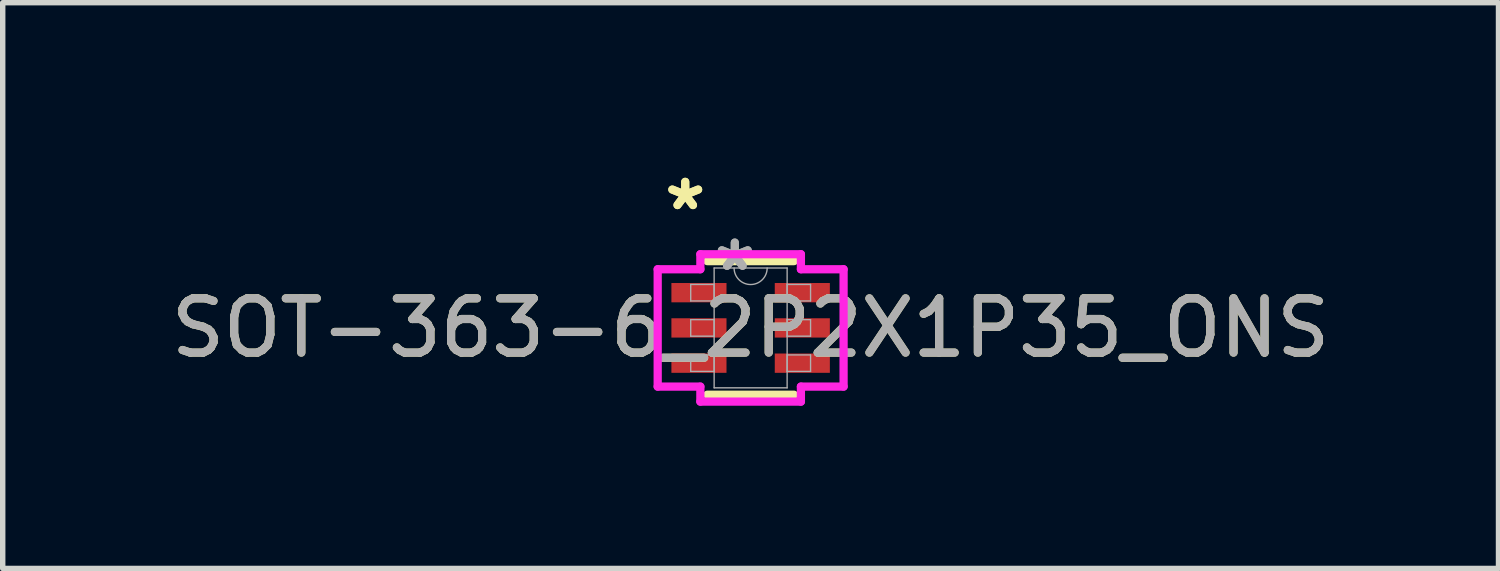
<source format=kicad_pcb>
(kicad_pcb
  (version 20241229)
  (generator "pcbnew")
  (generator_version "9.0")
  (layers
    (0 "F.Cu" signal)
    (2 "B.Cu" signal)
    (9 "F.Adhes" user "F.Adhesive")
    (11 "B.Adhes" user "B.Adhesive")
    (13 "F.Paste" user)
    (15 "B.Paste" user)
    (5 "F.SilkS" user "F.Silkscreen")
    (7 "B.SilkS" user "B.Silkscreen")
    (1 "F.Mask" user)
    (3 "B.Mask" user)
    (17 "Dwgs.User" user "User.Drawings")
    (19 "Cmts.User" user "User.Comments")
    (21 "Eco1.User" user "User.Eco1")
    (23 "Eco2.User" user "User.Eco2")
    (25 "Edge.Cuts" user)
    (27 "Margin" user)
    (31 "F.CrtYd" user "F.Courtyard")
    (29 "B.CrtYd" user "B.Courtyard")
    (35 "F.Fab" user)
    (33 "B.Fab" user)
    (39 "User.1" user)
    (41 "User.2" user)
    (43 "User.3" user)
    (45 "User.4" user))
  (footprint "SOT-363-6_2P2X1P35_ONS"
    (layer "F.Cu")
    (at 10.792 2.997)
    (property "Reference" "SOT-363-6_2P2X1P35_ONS" (at 0 0 0) (unlocked yes) (layer "F.SilkS") (effects (font (size 1 1) (thickness 0.15))))
    (attr smd)
    (fp_line (start -0.8 1.232) (end 0.8 1.232) (stroke (width 0.152) (type solid)) (layer "F.SilkS"))
    (fp_line (start 0.8 -1.232) (end -0.8 -1.232) (stroke (width 0.152) (type solid)) (layer "F.SilkS"))
    (fp_line (start -1.714 -1.082) (end -0.927 -1.082) (stroke (width 0.152) (type solid)) (layer "F.CrtYd"))
    (fp_line (start -1.714 1.082) (end -1.714 -1.082) (stroke (width 0.152) (type solid)) (layer "F.CrtYd"))
    (fp_line (start -1.714 1.082) (end -0.927 1.082) (stroke (width 0.152) (type solid)) (layer "F.CrtYd"))
    (fp_line (start -0.927 -1.359) (end 0.927 -1.359) (stroke (width 0.152) (type solid)) (layer "F.CrtYd"))
    (fp_line (start -0.927 -1.082) (end -0.927 -1.359) (stroke (width 0.152) (type solid)) (layer "F.CrtYd"))
    (fp_line (start -0.927 1.359) (end -0.927 1.082) (stroke (width 0.152) (type solid)) (layer "F.CrtYd"))
    (fp_line (start 0.927 -1.359) (end 0.927 -1.082) (stroke (width 0.152) (type solid)) (layer "F.CrtYd"))
    (fp_line (start 0.927 1.082) (end 0.927 1.359) (stroke (width 0.152) (type solid)) (layer "F.CrtYd"))
    (fp_line (start 0.927 1.359) (end -0.927 1.359) (stroke (width 0.152) (type solid)) (layer "F.CrtYd"))
    (fp_line (start 1.714 -1.082) (end 0.927 -1.082) (stroke (width 0.152) (type solid)) (layer "F.CrtYd"))
    (fp_line (start 1.714 -1.082) (end 1.714 1.082) (stroke (width 0.152) (type solid)) (layer "F.CrtYd"))
    (fp_line (start 1.714 1.082) (end 0.927 1.082) (stroke (width 0.152) (type solid)) (layer "F.CrtYd"))
    (fp_line (start -1.105 -0.802) (end -1.105 -0.498) (stroke (width 0.025) (type solid)) (layer "F.Fab"))
    (fp_line (start -1.105 -0.498) (end -0.673 -0.498) (stroke (width 0.025) (type solid)) (layer "F.Fab"))
    (fp_line (start -1.105 -0.152) (end -1.105 0.152) (stroke (width 0.025) (type solid)) (layer "F.Fab"))
    (fp_line (start -1.105 0.152) (end -0.673 0.152) (stroke (width 0.025) (type solid)) (layer "F.Fab"))
    (fp_line (start -1.105 0.498) (end -1.105 0.802) (stroke (width 0.025) (type solid)) (layer "F.Fab"))
    (fp_line (start -1.105 0.802) (end -0.673 0.802) (stroke (width 0.025) (type solid)) (layer "F.Fab"))
    (fp_line (start -0.673 -1.105) (end -0.673 1.105) (stroke (width 0.025) (type solid)) (layer "F.Fab"))
    (fp_line (start -0.673 -0.802) (end -1.105 -0.802) (stroke (width 0.025) (type solid)) (layer "F.Fab"))
    (fp_line (start -0.673 -0.498) (end -0.673 -0.802) (stroke (width 0.025) (type solid)) (layer "F.Fab"))
    (fp_line (start -0.673 -0.152) (end -1.105 -0.152) (stroke (width 0.025) (type solid)) (layer "F.Fab"))
    (fp_line (start -0.673 0.152) (end -0.673 -0.152) (stroke (width 0.025) (type solid)) (layer "F.Fab"))
    (fp_line (start -0.673 0.498) (end -1.105 0.498) (stroke (width 0.025) (type solid)) (layer "F.Fab"))
    (fp_line (start -0.673 0.802) (end -0.673 0.498) (stroke (width 0.025) (type solid)) (layer "F.Fab"))
    (fp_line (start -0.673 1.105) (end 0.673 1.105) (stroke (width 0.025) (type solid)) (layer "F.Fab"))
    (fp_line (start 0.673 -1.105) (end -0.673 -1.105) (stroke (width 0.025) (type solid)) (layer "F.Fab"))
    (fp_line (start 0.673 -0.802) (end 0.673 -0.498) (stroke (width 0.025) (type solid)) (layer "F.Fab"))
    (fp_line (start 0.673 -0.498) (end 1.105 -0.498) (stroke (width 0.025) (type solid)) (layer "F.Fab"))
    (fp_line (start 0.673 -0.152) (end 0.673 0.152) (stroke (width 0.025) (type solid)) (layer "F.Fab"))
    (fp_line (start 0.673 0.152) (end 1.105 0.152) (stroke (width 0.025) (type solid)) (layer "F.Fab"))
    (fp_line (start 0.673 0.498) (end 0.673 0.802) (stroke (width 0.025) (type solid)) (layer "F.Fab"))
    (fp_line (start 0.673 0.802) (end 1.105 0.802) (stroke (width 0.025) (type solid)) (layer "F.Fab"))
    (fp_line (start 0.673 1.105) (end 0.673 -1.105) (stroke (width 0.025) (type solid)) (layer "F.Fab"))
    (fp_line (start 1.105 -0.802) (end 0.673 -0.802) (stroke (width 0.025) (type solid)) (layer "F.Fab"))
    (fp_line (start 1.105 -0.498) (end 1.105 -0.802) (stroke (width 0.025) (type solid)) (layer "F.Fab"))
    (fp_line (start 1.105 -0.152) (end 0.673 -0.152) (stroke (width 0.025) (type solid)) (layer "F.Fab"))
    (fp_line (start 1.105 0.152) (end 1.105 -0.152) (stroke (width 0.025) (type solid)) (layer "F.Fab"))
    (fp_line (start 1.105 0.498) (end 0.673 0.498) (stroke (width 0.025) (type solid)) (layer "F.Fab"))
    (fp_line (start 1.105 0.802) (end 1.105 0.498) (stroke (width 0.025) (type solid)) (layer "F.Fab"))
    (fp_arc (start 0.3048 -1.1049) (mid 0 -0.8001) (end -0.3048 -1.1049) (stroke (width 0.0254) (type solid)) (layer "F.Fab"))
    (fp_text user "*" (at -1.206 -2.149 0) (layer "F.SilkS") (effects (font (size 1 1) (thickness 0.15))))
    (fp_text user "*" (at -1.206 -2.149 0) (unlocked yes) (layer "F.SilkS") (effects (font (size 1 1) (thickness 0.15))))
    (fp_text user "*" (at -0.292 -1.029 0) (layer "F.Fab") (effects (font (size 1 1) (thickness 0.15))))
    (fp_text user "${REFERENCE}" (at 0 0 0) (unlocked yes) (layer "F.Fab") (effects (font (size 1 1) (thickness 0.15))))
    (fp_text user "*" (at -0.292 -1.029 0) (unlocked yes) (layer "F.Fab") (effects (font (size 1 1) (thickness 0.15))))
    (pad "1" smd rect (at -0.953 -0.65) (size 1.016 0.356) (layers "F.Cu" "F.Mask" "F.Paste"))
    (pad "2" smd rect (at -0.953 0) (size 1.016 0.356) (layers "F.Cu" "F.Mask" "F.Paste"))
    (pad "3" smd rect (at -0.953 0.65) (size 1.016 0.356) (layers "F.Cu" "F.Mask" "F.Paste"))
    (pad "4" smd rect (at 0.953 0.65) (size 1.016 0.356) (layers "F.Cu" "F.Mask" "F.Paste"))
    (pad "5" smd rect (at 0.953 0) (size 1.016 0.356) (layers "F.Cu" "F.Mask" "F.Paste"))
    (pad "6" smd rect (at 0.953 -0.65) (size 1.016 0.356) (layers "F.Cu" "F.Mask" "F.Paste")))
  (gr_rect
    (start -3 -3)
    (end 24.583 7.432)
    (stroke (width 0.1) (type default))
    (fill no)
    (layer "Edge.Cuts")))
</source>
